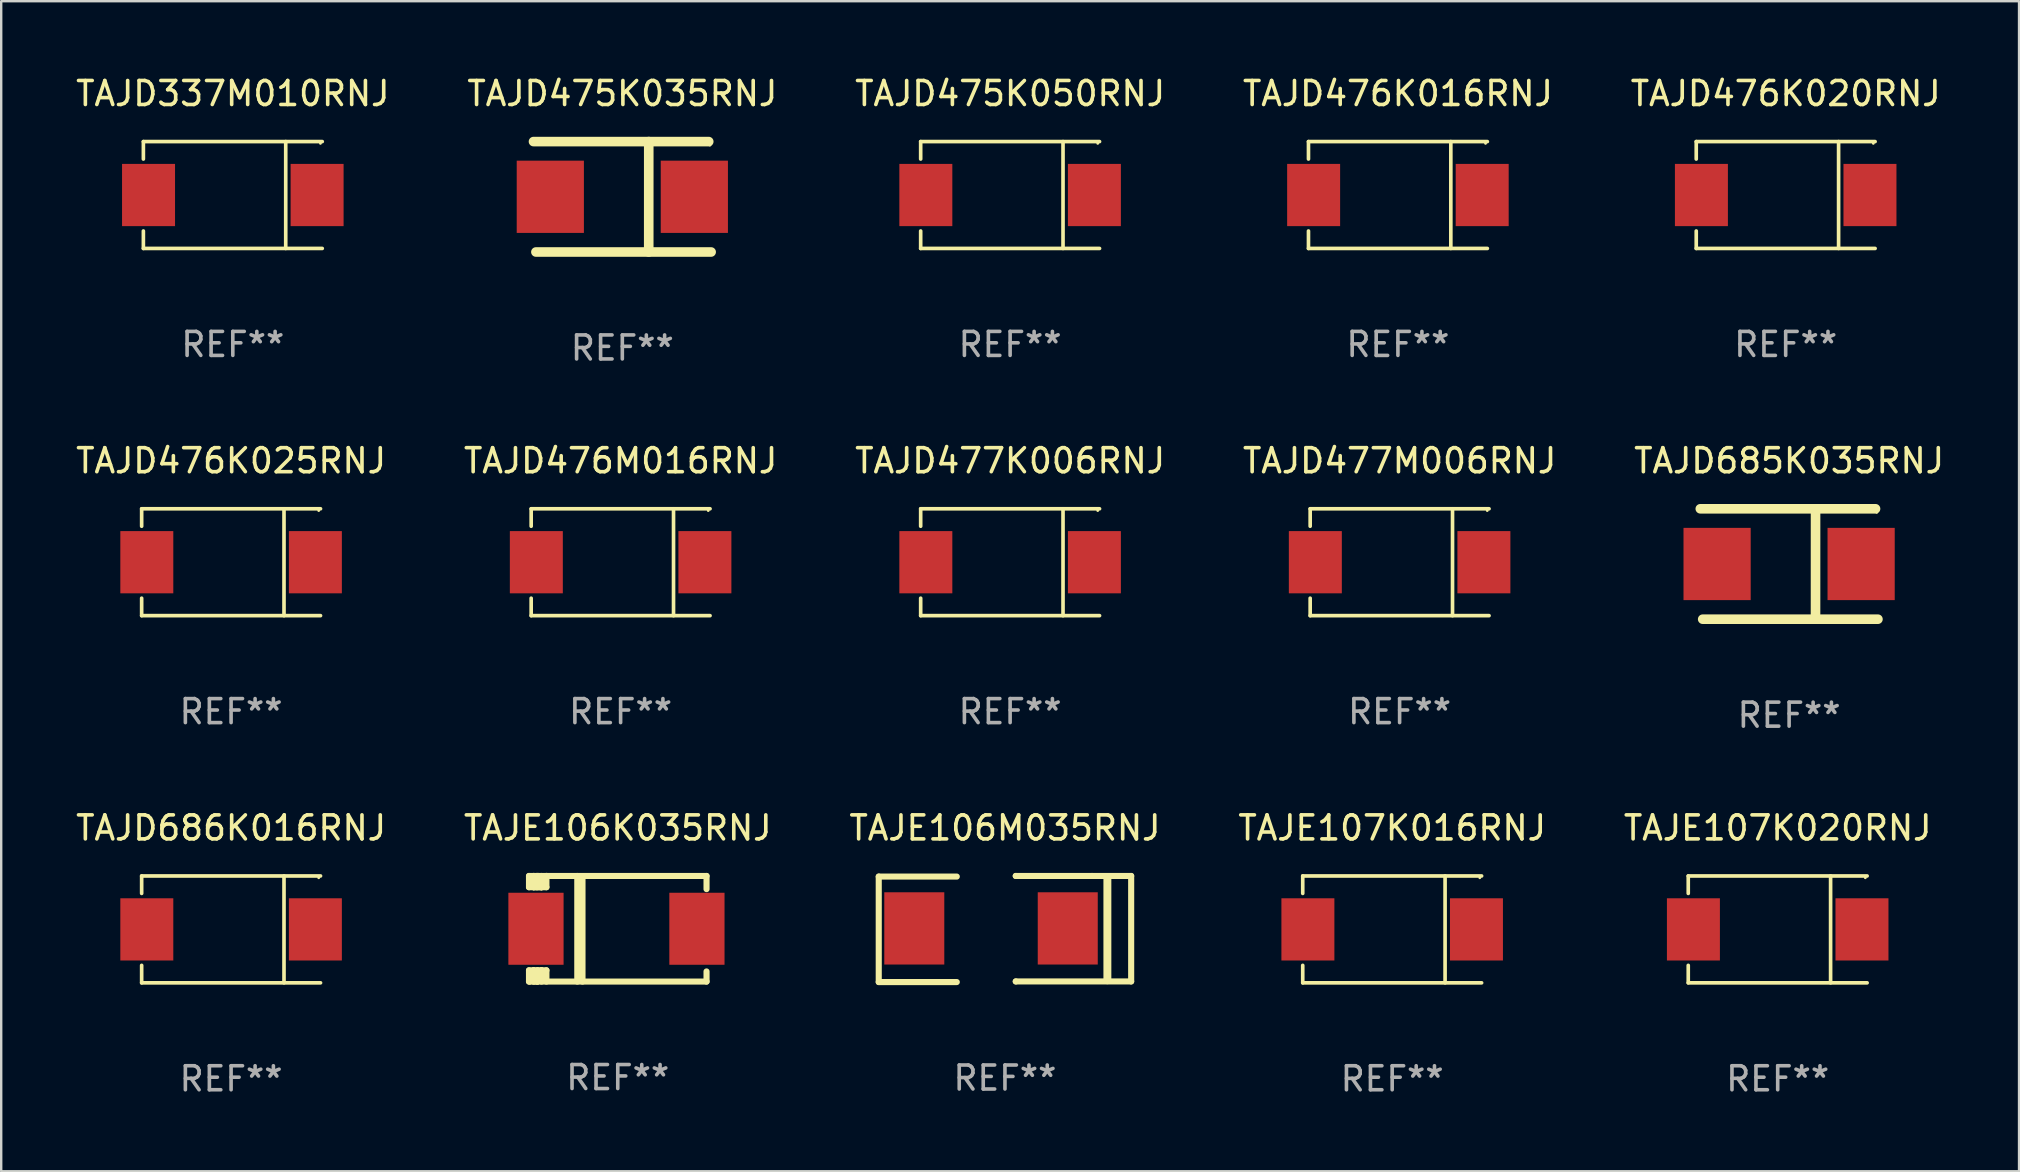
<source format=kicad_pcb>
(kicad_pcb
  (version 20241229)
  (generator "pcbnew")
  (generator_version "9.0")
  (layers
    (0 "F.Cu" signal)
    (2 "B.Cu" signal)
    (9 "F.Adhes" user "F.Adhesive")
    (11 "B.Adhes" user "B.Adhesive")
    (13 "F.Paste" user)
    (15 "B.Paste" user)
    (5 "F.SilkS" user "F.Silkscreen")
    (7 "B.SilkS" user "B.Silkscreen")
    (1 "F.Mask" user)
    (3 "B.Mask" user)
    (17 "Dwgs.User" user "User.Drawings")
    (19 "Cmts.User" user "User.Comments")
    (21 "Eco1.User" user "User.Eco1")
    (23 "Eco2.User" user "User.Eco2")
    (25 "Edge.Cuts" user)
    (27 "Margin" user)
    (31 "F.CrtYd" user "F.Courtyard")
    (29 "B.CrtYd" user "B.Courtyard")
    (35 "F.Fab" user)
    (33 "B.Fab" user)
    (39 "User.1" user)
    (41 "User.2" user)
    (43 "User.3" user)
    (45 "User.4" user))
  (footprint "TAJD686K016RNJ"
    (layer "F.Cu")
    (at 6.577 35.667)
    (property "Reference" "TAJD686K016RNJ" (at 0 -4.226 0) (layer "F.SilkS") (effects (font (size 1 1) (thickness 0.15))))
    (attr through_hole)
    (fp_line (start -3.726 -2.226) (end -3.726 -1.499) (stroke (width 0.152) (type solid)) (layer "F.SilkS"))
    (fp_line (start -3.726 -2.226) (end 3.726 -2.226) (stroke (width 0.152) (type solid)) (layer "F.SilkS"))
    (fp_line (start -3.726 2.226) (end -3.726 1.499) (stroke (width 0.152) (type solid)) (layer "F.SilkS"))
    (fp_line (start -3.726 2.226) (end 3.726 2.226) (stroke (width 0.152) (type solid)) (layer "F.SilkS"))
    (fp_line (start 2.204 -2.226) (end 2.204 2.226) (stroke (width 0.152) (type solid)) (layer "F.SilkS"))
    (fp_circle (center 3.65 -2.15) (end 3.68 -2.15) (stroke (width 0.06) (type solid)) (fill no) (layer "F.SilkS"))
    (fp_text user "REF**" (at 0 6.226 0) (layer "F.Fab") (effects (font (size 1 1) (thickness 0.15))))
    (pad "1" smd rect (at 3.511 0) (size 2.207 2.592) (layers "F.Cu" "F.Mask" "F.Paste"))
    (pad "2" smd rect (at -3.511 0) (size 2.207 2.592) (layers "F.Cu" "F.Mask" "F.Paste")))
  (footprint "TAJD476K020RNJ"
    (layer "F.Cu")
    (at 71.339 5.074)
    (property "Reference" "TAJD476K020RNJ" (at 0 -4.226 0) (layer "F.SilkS") (effects (font (size 1 1) (thickness 0.15))))
    (attr through_hole)
    (fp_line (start -3.726 -2.226) (end -3.726 -1.499) (stroke (width 0.152) (type solid)) (layer "F.SilkS"))
    (fp_line (start -3.726 -2.226) (end 3.726 -2.226) (stroke (width 0.152) (type solid)) (layer "F.SilkS"))
    (fp_line (start -3.726 2.226) (end -3.726 1.499) (stroke (width 0.152) (type solid)) (layer "F.SilkS"))
    (fp_line (start -3.726 2.226) (end 3.726 2.226) (stroke (width 0.152) (type solid)) (layer "F.SilkS"))
    (fp_line (start 2.204 -2.226) (end 2.204 2.226) (stroke (width 0.152) (type solid)) (layer "F.SilkS"))
    (fp_circle (center 3.65 -2.15) (end 3.68 -2.15) (stroke (width 0.06) (type solid)) (fill no) (layer "F.SilkS"))
    (fp_text user "REF**" (at 0 6.226 0) (layer "F.Fab") (effects (font (size 1 1) (thickness 0.15))))
    (pad "1" smd rect (at 3.511 0) (size 2.207 2.592) (layers "F.Cu" "F.Mask" "F.Paste"))
    (pad "2" smd rect (at -3.511 0) (size 2.207 2.592) (layers "F.Cu" "F.Mask" "F.Paste")))
  (footprint "TAJD476M016RNJ"
    (layer "F.Cu")
    (at 22.804 20.371)
    (property "Reference" "TAJD476M016RNJ" (at 0 -4.226 0) (layer "F.SilkS") (effects (font (size 1 1) (thickness 0.15))))
    (attr through_hole)
    (fp_line (start -3.726 -2.226) (end -3.726 -1.499) (stroke (width 0.152) (type solid)) (layer "F.SilkS"))
    (fp_line (start -3.726 -2.226) (end 3.726 -2.226) (stroke (width 0.152) (type solid)) (layer "F.SilkS"))
    (fp_line (start -3.726 2.226) (end -3.726 1.499) (stroke (width 0.152) (type solid)) (layer "F.SilkS"))
    (fp_line (start -3.726 2.226) (end 3.726 2.226) (stroke (width 0.152) (type solid)) (layer "F.SilkS"))
    (fp_line (start 2.204 -2.226) (end 2.204 2.226) (stroke (width 0.152) (type solid)) (layer "F.SilkS"))
    (fp_circle (center 3.65 -2.15) (end 3.68 -2.15) (stroke (width 0.06) (type solid)) (fill no) (layer "F.SilkS"))
    (fp_text user "REF**" (at 0 6.226 0) (layer "F.Fab") (effects (font (size 1 1) (thickness 0.15))))
    (pad "1" smd rect (at 3.511 0) (size 2.207 2.592) (layers "F.Cu" "F.Mask" "F.Paste"))
    (pad "2" smd rect (at -3.511 0) (size 2.207 2.592) (layers "F.Cu" "F.Mask" "F.Paste")))
  (footprint "TAJE106K035RNJ"
    (layer "F.Cu")
    (at 22.685 35.641)
    (property "Reference" "TAJE106K035RNJ" (at 0 -4.2 0) (layer "F.SilkS") (effects (font (size 1 1) (thickness 0.15))))
    (attr through_hole)
    (fp_line (start -3.698 -2.2) (end -3.502 -2.2) (stroke (width 0.254) (type solid)) (layer "F.SilkS"))
    (fp_line (start -3.698 -1.731) (end -3.698 -2.2) (stroke (width 0.254) (type solid)) (layer "F.SilkS"))
    (fp_line (start -3.698 -1.731) (end -3.502 -1.731) (stroke (width 0.254) (type solid)) (layer "F.SilkS"))
    (fp_line (start -3.698 1.731) (end -3.502 1.731) (stroke (width 0.254) (type solid)) (layer "F.SilkS"))
    (fp_line (start -3.698 2.2) (end -3.698 1.731) (stroke (width 0.254) (type solid)) (layer "F.SilkS"))
    (fp_line (start -3.66 2.2) (end -3.698 2.2) (stroke (width 0.254) (type solid)) (layer "F.SilkS"))
    (fp_line (start -3.66 2.2) (end -3.346 2.2) (stroke (width 0.254) (type solid)) (layer "F.SilkS"))
    (fp_line (start -3.502 -2.2) (end 3.698 -2.2) (stroke (width 0.254) (type solid)) (layer "F.SilkS"))
    (fp_line (start -3.502 -1.731) (end -3.502 -2.2) (stroke (width 0.254) (type solid)) (layer "F.SilkS"))
    (fp_line (start -3.502 1.731) (end -3.502 1.778) (stroke (width 0.254) (type solid)) (layer "F.SilkS"))
    (fp_line (start -3.502 1.731) (end -3.178 1.731) (stroke (width 0.254) (type solid)) (layer "F.SilkS"))
    (fp_line (start -3.502 1.778) (end -3.502 1.731) (stroke (width 0.254) (type solid)) (layer "F.SilkS"))
    (fp_line (start -3.502 2.2) (end -3.502 1.778) (stroke (width 0.254) (type solid)) (layer "F.SilkS"))
    (fp_line (start -3.502 2.2) (end 3.698 2.2) (stroke (width 0.254) (type solid)) (layer "F.SilkS"))
    (fp_line (start -3.367 -2.2) (end -3.367 -1.731) (stroke (width 0.254) (type solid)) (layer "F.SilkS"))
    (fp_line (start -3.346 1.731) (end -3.346 2.2) (stroke (width 0.254) (type solid)) (layer "F.SilkS"))
    (fp_line (start -3.346 2.2) (end -3.346 2.2) (stroke (width 0.254) (type solid)) (layer "F.SilkS"))
    (fp_line (start -3.332 1.731) (end -3.346 1.731) (stroke (width 0.254) (type solid)) (layer "F.SilkS"))
    (fp_line (start -3.303 -2.2) (end -3.367 -2.2) (stroke (width 0.254) (type solid)) (layer "F.SilkS"))
    (fp_line (start -3.179 -1.731) (end -3.179 -1.731) (stroke (width 0.254) (type solid)) (layer "F.SilkS"))
    (fp_line (start -3.179 1.731) (end -3.179 2.2) (stroke (width 0.254) (type solid)) (layer "F.SilkS"))
    (fp_line (start -3.178 -1.731) (end -3.502 -1.731) (stroke (width 0.254) (type solid)) (layer "F.SilkS"))
    (fp_line (start -3.178 -1.731) (end -3.179 -1.731) (stroke (width 0.254) (type solid)) (layer "F.SilkS"))
    (fp_line (start -3.178 -1.731) (end -3.178 -2.2) (stroke (width 0.254) (type solid)) (layer "F.SilkS"))
    (fp_line (start -3.178 1.731) (end -3.178 1.731) (stroke (width 0.254) (type solid)) (layer "F.SilkS"))
    (fp_line (start -2.972 -2.2) (end -2.972 -1.731) (stroke (width 0.254) (type solid)) (layer "F.SilkS"))
    (fp_line (start -2.972 -1.731) (end -3.502 -1.731) (stroke (width 0.254) (type solid)) (layer "F.SilkS"))
    (fp_line (start -2.972 1.731) (end -3.179 1.731) (stroke (width 0.254) (type solid)) (layer "F.SilkS"))
    (fp_line (start -2.972 1.731) (end -2.972 2.2) (stroke (width 0.254) (type solid)) (layer "F.SilkS"))
    (fp_line (start -2.957 -2.2) (end -2.972 -2.2) (stroke (width 0.254) (type solid)) (layer "F.SilkS"))
    (fp_line (start -1.686 -2.2) (end -1.686 2.2) (stroke (width 0.254) (type solid)) (layer "F.SilkS"))
    (fp_line (start -1.469 -2.159) (end -1.469 2.2) (stroke (width 0.254) (type solid)) (layer "F.SilkS"))
    (fp_line (start -1.452 -2.159) (end -1.469 -2.159) (stroke (width 0.254) (type solid)) (layer "F.SilkS"))
    (fp_line (start 3.698 -2.2) (end 3.698 -1.651) (stroke (width 0.254) (type solid)) (layer "F.SilkS"))
    (fp_line (start 3.698 2.2) (end 3.698 1.778) (stroke (width 0.254) (type solid)) (layer "F.SilkS"))
    (fp_circle (center -3.552 2.15) (end -3.522 2.15) (stroke (width 0.06) (type solid)) (fill no) (layer "F.SilkS"))
    (fp_text user "REF**" (at 0 6.2 0) (layer "F.Fab") (effects (font (size 1 1) (thickness 0.15))))
    (pad "1" smd rect (at -3.407 0) (size 2.3 3) (layers "F.Cu" "F.Mask" "F.Paste"))
    (pad "2" smd rect (at 3.298 0) (size 2.3 3) (layers "F.Cu" "F.Mask" "F.Paste")))
  (footprint "TAJE107K016RNJ"
    (layer "F.Cu")
    (at 54.946 35.667)
    (property "Reference" "TAJE107K016RNJ" (at 0 -4.226 0) (layer "F.SilkS") (effects (font (size 1 1) (thickness 0.15))))
    (attr through_hole)
    (fp_line (start -3.726 -2.226) (end -3.726 -1.499) (stroke (width 0.152) (type solid)) (layer "F.SilkS"))
    (fp_line (start -3.726 -2.226) (end 3.726 -2.226) (stroke (width 0.152) (type solid)) (layer "F.SilkS"))
    (fp_line (start -3.726 2.226) (end -3.726 1.499) (stroke (width 0.152) (type solid)) (layer "F.SilkS"))
    (fp_line (start -3.726 2.226) (end 3.726 2.226) (stroke (width 0.152) (type solid)) (layer "F.SilkS"))
    (fp_line (start 2.204 -2.226) (end 2.204 2.226) (stroke (width 0.152) (type solid)) (layer "F.SilkS"))
    (fp_circle (center 3.65 -2.15) (end 3.68 -2.15) (stroke (width 0.06) (type solid)) (fill no) (layer "F.SilkS"))
    (fp_text user "REF**" (at 0 6.226 0) (layer "F.Fab") (effects (font (size 1 1) (thickness 0.15))))
    (pad "1" smd rect (at 3.511 0) (size 2.207 2.592) (layers "F.Cu" "F.Mask" "F.Paste"))
    (pad "2" smd rect (at -3.511 0) (size 2.207 2.592) (layers "F.Cu" "F.Mask" "F.Paste")))
  (footprint "TAJD475K050RNJ"
    (layer "F.Cu")
    (at 39.03 5.074)
    (property "Reference" "TAJD475K050RNJ" (at 0 -4.226 0) (layer "F.SilkS") (effects (font (size 1 1) (thickness 0.15))))
    (attr through_hole)
    (fp_line (start -3.726 -2.226) (end -3.726 -1.499) (stroke (width 0.152) (type solid)) (layer "F.SilkS"))
    (fp_line (start -3.726 -2.226) (end 3.726 -2.226) (stroke (width 0.152) (type solid)) (layer "F.SilkS"))
    (fp_line (start -3.726 2.226) (end -3.726 1.499) (stroke (width 0.152) (type solid)) (layer "F.SilkS"))
    (fp_line (start -3.726 2.226) (end 3.726 2.226) (stroke (width 0.152) (type solid)) (layer "F.SilkS"))
    (fp_line (start 2.204 -2.226) (end 2.204 2.226) (stroke (width 0.152) (type solid)) (layer "F.SilkS"))
    (fp_circle (center 3.65 -2.15) (end 3.68 -2.15) (stroke (width 0.06) (type solid)) (fill no) (layer "F.SilkS"))
    (fp_text user "REF**" (at 0 6.226 0) (layer "F.Fab") (effects (font (size 1 1) (thickness 0.15))))
    (pad "1" smd rect (at 3.511 0) (size 2.207 2.592) (layers "F.Cu" "F.Mask" "F.Paste"))
    (pad "2" smd rect (at -3.511 0) (size 2.207 2.592) (layers "F.Cu" "F.Mask" "F.Paste")))
  (footprint "TAJD337M010RNJ"
    (layer "F.Cu")
    (at 6.649 5.074)
    (property "Reference" "TAJD337M010RNJ" (at 0 -4.226 0) (layer "F.SilkS") (effects (font (size 1 1) (thickness 0.15))))
    (attr through_hole)
    (fp_line (start -3.726 -2.226) (end -3.726 -1.499) (stroke (width 0.152) (type solid)) (layer "F.SilkS"))
    (fp_line (start -3.726 -2.226) (end 3.726 -2.226) (stroke (width 0.152) (type solid)) (layer "F.SilkS"))
    (fp_line (start -3.726 2.226) (end -3.726 1.499) (stroke (width 0.152) (type solid)) (layer "F.SilkS"))
    (fp_line (start -3.726 2.226) (end 3.726 2.226) (stroke (width 0.152) (type solid)) (layer "F.SilkS"))
    (fp_line (start 2.204 -2.226) (end 2.204 2.226) (stroke (width 0.152) (type solid)) (layer "F.SilkS"))
    (fp_circle (center 3.65 -2.15) (end 3.68 -2.15) (stroke (width 0.06) (type solid)) (fill no) (layer "F.SilkS"))
    (fp_text user "REF**" (at 0 6.226 0) (layer "F.Fab") (effects (font (size 1 1) (thickness 0.15))))
    (pad "1" smd rect (at 3.511 0) (size 2.207 2.592) (layers "F.Cu" "F.Mask" "F.Paste"))
    (pad "2" smd rect (at -3.511 0) (size 2.207 2.592) (layers "F.Cu" "F.Mask" "F.Paste")))
  (footprint "TAJD475K035RNJ"
    (layer "F.Cu")
    (at 22.875 5.148)
    (property "Reference" "TAJD475K035RNJ" (at 0 -4.3 0) (layer "F.SilkS") (effects (font (size 1 1) (thickness 0.15))))
    (attr through_hole)
    (fp_line (start -3.7 -2.3) (end 3.6 -2.3) (stroke (width 0.4) (type solid)) (layer "F.SilkS"))
    (fp_line (start 1.1 2.3) (end 1.101 -2.3) (stroke (width 0.4) (type solid)) (layer "F.SilkS"))
    (fp_line (start 3.7 2.3) (end -3.6 2.3) (stroke (width 0.4) (type solid)) (layer "F.SilkS"))
    (fp_circle (center 3.65 -2.15) (end 3.68 -2.15) (stroke (width 0.06) (type solid)) (fill no) (layer "F.SilkS"))
    (fp_text user "REF**" (at 0 6.3 0) (layer "F.Fab") (effects (font (size 1 1) (thickness 0.15))))
    (pad "1" smd rect (at 3 0 180) (size 2.799 3.01) (layers "F.Cu" "F.Mask" "F.Paste"))
    (pad "2" smd rect (at -3 0 180) (size 2.799 3.01) (layers "F.Cu" "F.Mask" "F.Paste")))
  (footprint "TAJD477M006RNJ"
    (layer "F.Cu")
    (at 55.256 20.371)
    (property "Reference" "TAJD477M006RNJ" (at 0 -4.226 0) (layer "F.SilkS") (effects (font (size 1 1) (thickness 0.15))))
    (attr through_hole)
    (fp_line (start -3.726 -2.226) (end -3.726 -1.499) (stroke (width 0.152) (type solid)) (layer "F.SilkS"))
    (fp_line (start -3.726 -2.226) (end 3.726 -2.226) (stroke (width 0.152) (type solid)) (layer "F.SilkS"))
    (fp_line (start -3.726 2.226) (end -3.726 1.499) (stroke (width 0.152) (type solid)) (layer "F.SilkS"))
    (fp_line (start -3.726 2.226) (end 3.726 2.226) (stroke (width 0.152) (type solid)) (layer "F.SilkS"))
    (fp_line (start 2.204 -2.226) (end 2.204 2.226) (stroke (width 0.152) (type solid)) (layer "F.SilkS"))
    (fp_circle (center 3.65 -2.15) (end 3.68 -2.15) (stroke (width 0.06) (type solid)) (fill no) (layer "F.SilkS"))
    (fp_text user "REF**" (at 0 6.226 0) (layer "F.Fab") (effects (font (size 1 1) (thickness 0.15))))
    (pad "1" smd rect (at 3.511 0) (size 2.207 2.592) (layers "F.Cu" "F.Mask" "F.Paste"))
    (pad "2" smd rect (at -3.511 0) (size 2.207 2.592) (layers "F.Cu" "F.Mask" "F.Paste")))
  (footprint "TAJE107K020RNJ"
    (layer "F.Cu")
    (at 71.006 35.667)
    (property "Reference" "TAJE107K020RNJ" (at 0 -4.226 0) (layer "F.SilkS") (effects (font (size 1 1) (thickness 0.15))))
    (attr through_hole)
    (fp_line (start -3.726 -2.226) (end -3.726 -1.499) (stroke (width 0.152) (type solid)) (layer "F.SilkS"))
    (fp_line (start -3.726 -2.226) (end 3.726 -2.226) (stroke (width 0.152) (type solid)) (layer "F.SilkS"))
    (fp_line (start -3.726 2.226) (end -3.726 1.499) (stroke (width 0.152) (type solid)) (layer "F.SilkS"))
    (fp_line (start -3.726 2.226) (end 3.726 2.226) (stroke (width 0.152) (type solid)) (layer "F.SilkS"))
    (fp_line (start 2.204 -2.226) (end 2.204 2.226) (stroke (width 0.152) (type solid)) (layer "F.SilkS"))
    (fp_circle (center 3.65 -2.15) (end 3.68 -2.15) (stroke (width 0.06) (type solid)) (fill no) (layer "F.SilkS"))
    (fp_text user "REF**" (at 0 6.226 0) (layer "F.Fab") (effects (font (size 1 1) (thickness 0.15))))
    (pad "1" smd rect (at 3.511 0) (size 2.207 2.592) (layers "F.Cu" "F.Mask" "F.Paste"))
    (pad "2" smd rect (at -3.511 0) (size 2.207 2.592) (layers "F.Cu" "F.Mask" "F.Paste")))
  (footprint "TAJD476K025RNJ"
    (layer "F.Cu")
    (at 6.577 20.371)
    (property "Reference" "TAJD476K025RNJ" (at 0 -4.226 0) (layer "F.SilkS") (effects (font (size 1 1) (thickness 0.15))))
    (attr through_hole)
    (fp_line (start -3.726 -2.226) (end -3.726 -1.499) (stroke (width 0.152) (type solid)) (layer "F.SilkS"))
    (fp_line (start -3.726 -2.226) (end 3.726 -2.226) (stroke (width 0.152) (type solid)) (layer "F.SilkS"))
    (fp_line (start -3.726 2.226) (end -3.726 1.499) (stroke (width 0.152) (type solid)) (layer "F.SilkS"))
    (fp_line (start -3.726 2.226) (end 3.726 2.226) (stroke (width 0.152) (type solid)) (layer "F.SilkS"))
    (fp_line (start 2.204 -2.226) (end 2.204 2.226) (stroke (width 0.152) (type solid)) (layer "F.SilkS"))
    (fp_circle (center 3.65 -2.15) (end 3.68 -2.15) (stroke (width 0.06) (type solid)) (fill no) (layer "F.SilkS"))
    (fp_text user "REF**" (at 0 6.226 0) (layer "F.Fab") (effects (font (size 1 1) (thickness 0.15))))
    (pad "1" smd rect (at 3.511 0) (size 2.207 2.592) (layers "F.Cu" "F.Mask" "F.Paste"))
    (pad "2" smd rect (at -3.511 0) (size 2.207 2.592) (layers "F.Cu" "F.Mask" "F.Paste")))
  (footprint "TAJD476K016RNJ"
    (layer "F.Cu")
    (at 55.185 5.074)
    (property "Reference" "TAJD476K016RNJ" (at 0 -4.226 0) (layer "F.SilkS") (effects (font (size 1 1) (thickness 0.15))))
    (attr through_hole)
    (fp_line (start -3.726 -2.226) (end -3.726 -1.499) (stroke (width 0.152) (type solid)) (layer "F.SilkS"))
    (fp_line (start -3.726 -2.226) (end 3.726 -2.226) (stroke (width 0.152) (type solid)) (layer "F.SilkS"))
    (fp_line (start -3.726 2.226) (end -3.726 1.499) (stroke (width 0.152) (type solid)) (layer "F.SilkS"))
    (fp_line (start -3.726 2.226) (end 3.726 2.226) (stroke (width 0.152) (type solid)) (layer "F.SilkS"))
    (fp_line (start 2.204 -2.226) (end 2.204 2.226) (stroke (width 0.152) (type solid)) (layer "F.SilkS"))
    (fp_circle (center 3.65 -2.15) (end 3.68 -2.15) (stroke (width 0.06) (type solid)) (fill no) (layer "F.SilkS"))
    (fp_text user "REF**" (at 0 6.226 0) (layer "F.Fab") (effects (font (size 1 1) (thickness 0.15))))
    (pad "1" smd rect (at 3.511 0) (size 2.207 2.592) (layers "F.Cu" "F.Mask" "F.Paste"))
    (pad "2" smd rect (at -3.511 0) (size 2.207 2.592) (layers "F.Cu" "F.Mask" "F.Paste")))
  (footprint "TAJD477K006RNJ"
    (layer "F.Cu")
    (at 39.03 20.371)
    (property "Reference" "TAJD477K006RNJ" (at 0 -4.226 0) (layer "F.SilkS") (effects (font (size 1 1) (thickness 0.15))))
    (attr through_hole)
    (fp_line (start -3.726 -2.226) (end -3.726 -1.499) (stroke (width 0.152) (type solid)) (layer "F.SilkS"))
    (fp_line (start -3.726 -2.226) (end 3.726 -2.226) (stroke (width 0.152) (type solid)) (layer "F.SilkS"))
    (fp_line (start -3.726 2.226) (end -3.726 1.499) (stroke (width 0.152) (type solid)) (layer "F.SilkS"))
    (fp_line (start -3.726 2.226) (end 3.726 2.226) (stroke (width 0.152) (type solid)) (layer "F.SilkS"))
    (fp_line (start 2.204 -2.226) (end 2.204 2.226) (stroke (width 0.152) (type solid)) (layer "F.SilkS"))
    (fp_circle (center 3.65 -2.15) (end 3.68 -2.15) (stroke (width 0.06) (type solid)) (fill no) (layer "F.SilkS"))
    (fp_text user "REF**" (at 0 6.226 0) (layer "F.Fab") (effects (font (size 1 1) (thickness 0.15))))
    (pad "1" smd rect (at 3.511 0) (size 2.207 2.592) (layers "F.Cu" "F.Mask" "F.Paste"))
    (pad "2" smd rect (at -3.511 0) (size 2.207 2.592) (layers "F.Cu" "F.Mask" "F.Paste")))
  (footprint "TAJD685K035RNJ"
    (layer "F.Cu")
    (at 71.482 20.445)
    (property "Reference" "TAJD685K035RNJ" (at 0 -4.3 0) (layer "F.SilkS") (effects (font (size 1 1) (thickness 0.15))))
    (attr through_hole)
    (fp_line (start -3.7 -2.3) (end 3.6 -2.3) (stroke (width 0.4) (type solid)) (layer "F.SilkS"))
    (fp_line (start 1.1 2.3) (end 1.101 -2.3) (stroke (width 0.4) (type solid)) (layer "F.SilkS"))
    (fp_line (start 3.7 2.3) (end -3.6 2.3) (stroke (width 0.4) (type solid)) (layer "F.SilkS"))
    (fp_circle (center 3.65 -2.15) (end 3.68 -2.15) (stroke (width 0.06) (type solid)) (fill no) (layer "F.SilkS"))
    (fp_text user "REF**" (at 0 6.3 0) (layer "F.Fab") (effects (font (size 1 1) (thickness 0.15))))
    (pad "1" smd rect (at 3 0 180) (size 2.799 3.01) (layers "F.Cu" "F.Mask" "F.Paste"))
    (pad "2" smd rect (at -3 0 180) (size 2.799 3.01) (layers "F.Cu" "F.Mask" "F.Paste")))
  (footprint "TAJE106M035RNJ"
    (layer "F.Cu")
    (at 38.815 35.651)
    (property "Reference" "TAJE106M035RNJ" (at 0 -4.21 0) (layer "F.SilkS") (effects (font (size 1 1) (thickness 0.15))))
    (attr through_hole)
    (fp_line (start -5.258 -2.184) (end -2.007 -2.184) (stroke (width 0.254) (type solid)) (layer "F.SilkS"))
    (fp_line (start -5.258 2.21) (end -5.258 -2.184) (stroke (width 0.254) (type solid)) (layer "F.SilkS"))
    (fp_line (start -2.007 2.21) (end -5.258 2.21) (stroke (width 0.254) (type solid)) (layer "F.SilkS"))
    (fp_line (start 0.45 -2.21) (end 3.63 -2.21) (stroke (width 0.254) (type solid)) (layer "F.SilkS"))
    (fp_line (start 0.45 2.184) (end 0.457 2.184) (stroke (width 0.254) (type solid)) (layer "F.SilkS"))
    (fp_line (start 0.457 -2.21) (end 0.45 -2.21) (stroke (width 0.254) (type solid)) (layer "F.SilkS"))
    (fp_line (start 3.63 -2.21) (end 5.258 -2.21) (stroke (width 0.254) (type solid)) (layer "F.SilkS"))
    (fp_line (start 4.267 2.134) (end 4.267 -2.166) (stroke (width 0.33) (type solid)) (layer "F.SilkS"))
    (fp_line (start 5.258 -2.21) (end 5.258 2.184) (stroke (width 0.254) (type solid)) (layer "F.SilkS"))
    (fp_line (start 5.258 2.184) (end 0.45 2.184) (stroke (width 0.254) (type solid)) (layer "F.SilkS"))
    (fp_circle (center 2.964 -2.176) (end 2.994 -2.176) (stroke (width 0.06) (type solid)) (fill no) (layer "F.SilkS"))
    (fp_text user "REF**" (at 0 6.21 0) (layer "F.Fab") (effects (font (size 1 1) (thickness 0.15))))
    (pad "1" smd rect (at 2.616 -0.025 180) (size 2.5 3.01) (layers "F.Cu" "F.Mask" "F.Paste"))
    (pad "2" smd rect (at -3.777 -0.025 180) (size 2.5 3.01) (layers "F.Cu" "F.Mask" "F.Paste")))
  (gr_rect
    (start -3 -3)
    (end 81.06 45.742)
    (stroke (width 0.1) (type default))
    (fill no)
    (layer "Edge.Cuts")))
</source>
